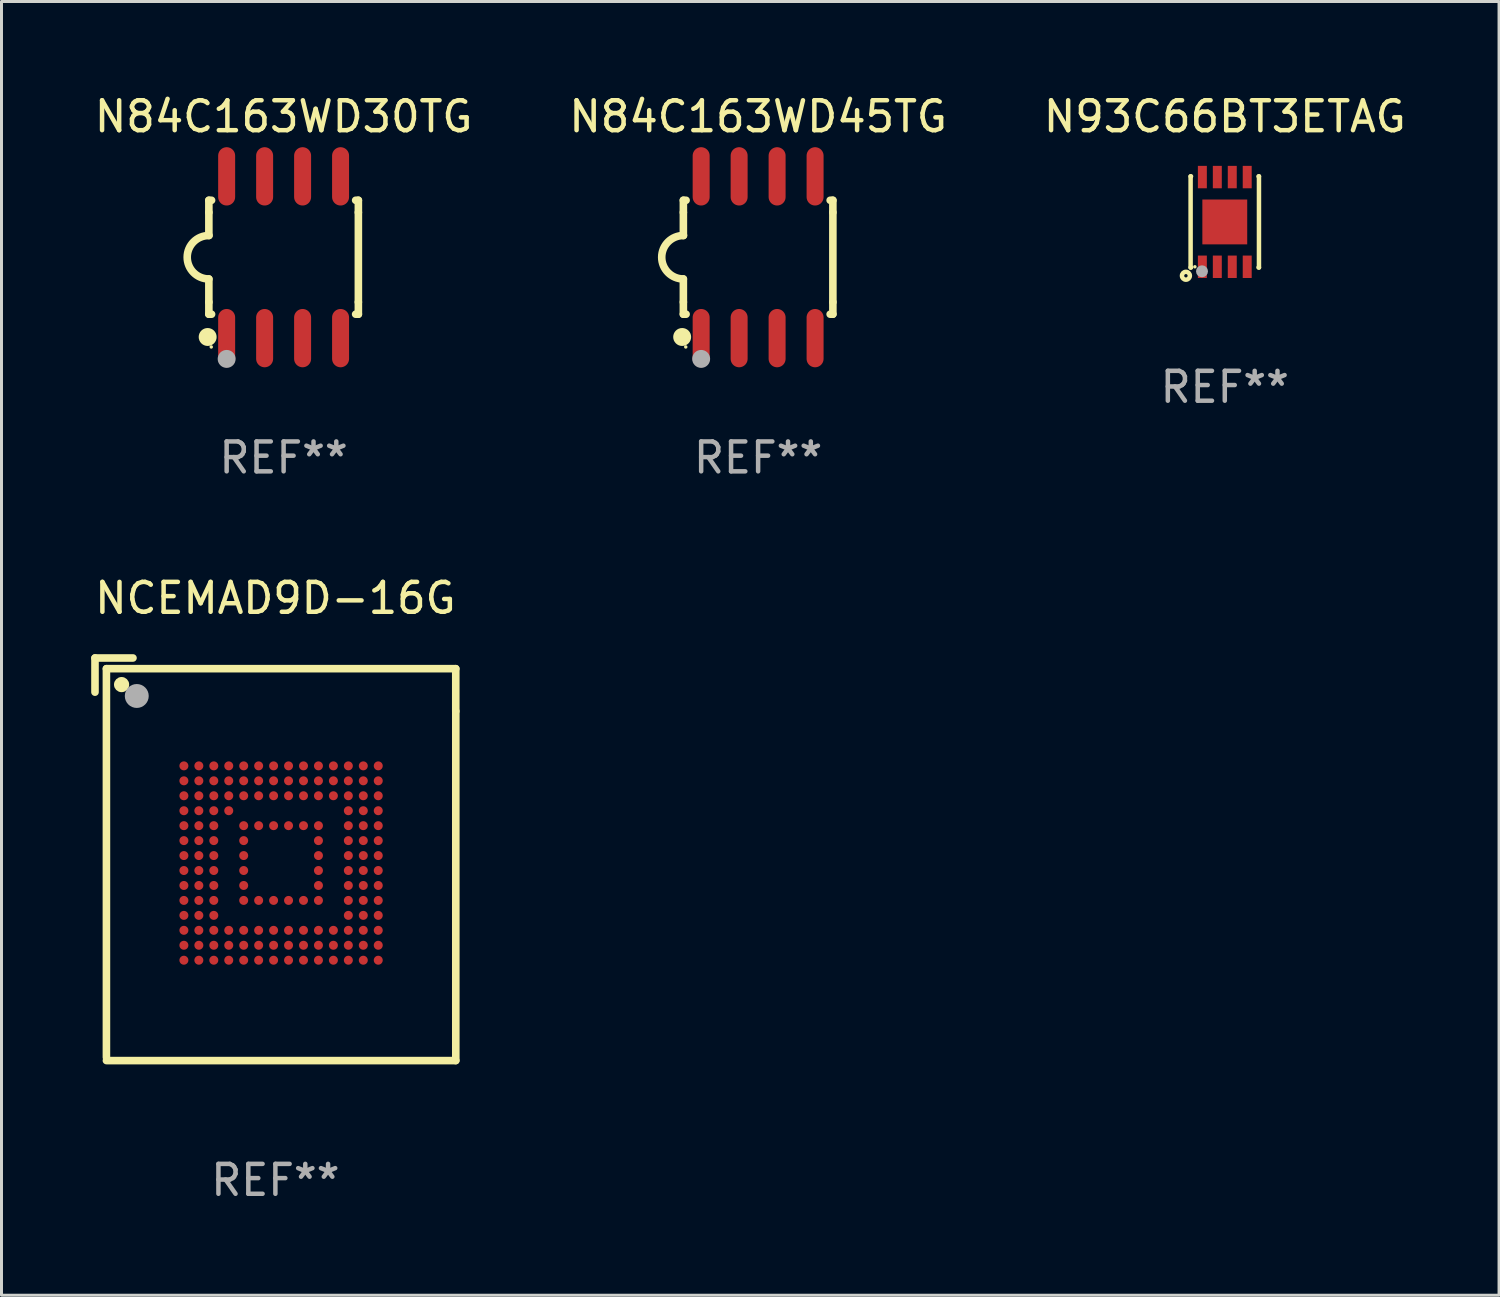
<source format=kicad_pcb>
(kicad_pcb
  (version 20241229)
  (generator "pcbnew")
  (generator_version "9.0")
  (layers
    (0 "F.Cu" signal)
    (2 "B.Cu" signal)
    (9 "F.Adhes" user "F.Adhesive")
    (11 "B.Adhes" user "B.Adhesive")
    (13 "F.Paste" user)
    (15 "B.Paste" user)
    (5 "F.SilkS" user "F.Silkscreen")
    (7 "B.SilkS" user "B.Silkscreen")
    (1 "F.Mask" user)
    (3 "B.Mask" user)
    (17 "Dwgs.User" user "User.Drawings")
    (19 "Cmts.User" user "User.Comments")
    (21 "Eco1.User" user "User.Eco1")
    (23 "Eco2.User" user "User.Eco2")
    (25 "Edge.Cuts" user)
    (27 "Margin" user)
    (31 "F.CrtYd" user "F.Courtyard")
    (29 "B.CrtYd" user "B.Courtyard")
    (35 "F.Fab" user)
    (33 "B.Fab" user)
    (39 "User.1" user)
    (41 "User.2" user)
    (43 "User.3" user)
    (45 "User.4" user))
  (footprint "N84C163WD45TG"
    (layer "F.Cu")
    (at 22.304 5.553)
    (property "Reference" "N84C163WD45TG" (at 0 -4.705 0) (layer "F.SilkS") (effects (font (size 1 1) (thickness 0.15))))
    (attr through_hole)
    (fp_line (start -2.5 -1.905) (end -2.409 -1.905) (stroke (width 0.254) (type solid)) (layer "F.SilkS"))
    (fp_line (start -2.5 -1.5) (end -2.5 -1.905) (stroke (width 0.254) (type solid)) (layer "F.SilkS"))
    (fp_line (start -2.5 -1.5) (end -2.5 -0.726) (stroke (width 0.254) (type solid)) (layer "F.SilkS"))
    (fp_line (start -2.5 1.5) (end -2.5 0.727) (stroke (width 0.254) (type solid)) (layer "F.SilkS"))
    (fp_line (start -2.5 1.5) (end -2.5 1.905) (stroke (width 0.254) (type solid)) (layer "F.SilkS"))
    (fp_line (start -2.5 1.905) (end -2.409 1.905) (stroke (width 0.254) (type solid)) (layer "F.SilkS"))
    (fp_line (start 2.5 -1.905) (end 2.409 -1.905) (stroke (width 0.254) (type solid)) (layer "F.SilkS"))
    (fp_line (start 2.5 -1.5) (end 2.5 -1.905) (stroke (width 0.254) (type solid)) (layer "F.SilkS"))
    (fp_line (start 2.5 -1.5) (end 2.5 1.5) (stroke (width 0.254) (type solid)) (layer "F.SilkS"))
    (fp_line (start 2.5 1.5) (end 2.5 1.905) (stroke (width 0.254) (type solid)) (layer "F.SilkS"))
    (fp_line (start 2.5 1.905) (end 2.409 1.905) (stroke (width 0.254) (type solid)) (layer "F.SilkS"))
    (fp_arc (start -2.5 0.726568) (mid -3.220316 -0.0023) (end -2.495097 -0.726289) (stroke (width 0.254001) (type solid)) (layer "F.SilkS"))
    (fp_circle (center -2.54 2.667) (end -2.39 2.667) (stroke (width 0.3) (type solid)) (fill no) (layer "F.SilkS"))
    (fp_circle (center -2.42 3) (end -2.39 3) (stroke (width 0.06) (type solid)) (fill no) (layer "F.SilkS"))
    (fp_circle (center -1.905 3.4) (end -1.755 3.4) (stroke (width 0.3) (type solid)) (fill no) (layer "F.Fab"))
    (fp_text user "REF**" (at 0 6.705 0) (layer "F.Fab") (effects (font (size 1 1) (thickness 0.15))))
    (pad "1" smd oval (at -1.905 2.705) (size 0.568 1.95) (layers "F.Cu" "F.Mask" "F.Paste"))
    (pad "2" smd oval (at -0.635 2.705) (size 0.568 1.95) (layers "F.Cu" "F.Mask" "F.Paste"))
    (pad "3" smd oval (at 0.635 2.705) (size 0.568 1.95) (layers "F.Cu" "F.Mask" "F.Paste"))
    (pad "4" smd oval (at 1.905 2.705) (size 0.568 1.95) (layers "F.Cu" "F.Mask" "F.Paste"))
    (pad "5" smd oval (at 1.905 -2.705) (size 0.568 1.95) (layers "F.Cu" "F.Mask" "F.Paste"))
    (pad "6" smd oval (at 0.635 -2.705) (size 0.568 1.95) (layers "F.Cu" "F.Mask" "F.Paste"))
    (pad "7" smd oval (at -0.635 -2.705) (size 0.568 1.95) (layers "F.Cu" "F.Mask" "F.Paste"))
    (pad "8" smd oval (at -1.905 -2.705) (size 0.568 1.95) (layers "F.Cu" "F.Mask" "F.Paste")))
  (footprint "N93C66BT3ETAG"
    (layer "F.Cu")
    (at 37.911 4.372)
    (property "Reference" "N93C66BT3ETAG" (at 0 -3.524 0) (layer "F.SilkS") (effects (font (size 1 1) (thickness 0.15))))
    (attr through_hole)
    (fp_line (start -1.143 -1.524) (end -1.143 1.524) (stroke (width 0.15) (type solid)) (layer "F.SilkS"))
    (fp_line (start -1.143 1.524) (end -1.129 1.524) (stroke (width 0.15) (type solid)) (layer "F.SilkS"))
    (fp_line (start -1.129 -1.524) (end -1.143 -1.524) (stroke (width 0.15) (type solid)) (layer "F.SilkS"))
    (fp_line (start 1.129 1.524) (end 1.143 1.524) (stroke (width 0.15) (type solid)) (layer "F.SilkS"))
    (fp_line (start 1.143 -1.524) (end 1.129 -1.524) (stroke (width 0.15) (type solid)) (layer "F.SilkS"))
    (fp_line (start 1.143 1.524) (end 1.143 -1.524) (stroke (width 0.15) (type solid)) (layer "F.SilkS"))
    (fp_circle (center -1.3 1.8) (end -1.243 1.8) (stroke (width 0.15) (type solid)) (fill no) (layer "F.SilkS"))
    (fp_circle (center -1 1.5) (end -0.97 1.5) (stroke (width 0.06) (type solid)) (fill no) (layer "F.SilkS"))
    (fp_circle (center -0.762 1.651) (end -0.662 1.651) (stroke (width 0.2) (type solid)) (fill no) (layer "F.Fab"))
    (fp_text user "REF**" (at 0 5.524 0) (layer "F.Fab") (effects (font (size 1 1) (thickness 0.15))))
    (pad "1" smd rect (at -0.75 1.5 90) (size 0.75 0.3) (layers "F.Cu" "F.Mask" "F.Paste"))
    (pad "2" smd rect (at -0.25 1.5 90) (size 0.75 0.3) (layers "F.Cu" "F.Mask" "F.Paste"))
    (pad "3" smd rect (at 0.25 1.5 90) (size 0.75 0.3) (layers "F.Cu" "F.Mask" "F.Paste"))
    (pad "4" smd rect (at 0.75 1.5 90) (size 0.75 0.3) (layers "F.Cu" "F.Mask" "F.Paste"))
    (pad "5" smd rect (at 0.75 -1.5 90) (size 0.75 0.3) (layers "F.Cu" "F.Mask" "F.Paste"))
    (pad "6" smd rect (at 0.25 -1.5 90) (size 0.75 0.3) (layers "F.Cu" "F.Mask" "F.Paste"))
    (pad "7" smd rect (at -0.25 -1.5 90) (size 0.75 0.3) (layers "F.Cu" "F.Mask" "F.Paste"))
    (pad "8" smd rect (at -0.75 -1.5 90) (size 0.75 0.3) (layers "F.Cu" "F.Mask" "F.Paste"))
    (pad "9" smd rect (at -0.000203 0.000457 90) (size 1.5 1.5) (layers "F.Cu" "F.Mask" "F.Paste")))
  (footprint "N84C163WD30TG"
    (layer "F.Cu")
    (at 6.435 5.553)
    (property "Reference" "N84C163WD30TG" (at 0 -4.705 0) (layer "F.SilkS") (effects (font (size 1 1) (thickness 0.15))))
    (attr through_hole)
    (fp_line (start -2.5 -1.905) (end -2.409 -1.905) (stroke (width 0.254) (type solid)) (layer "F.SilkS"))
    (fp_line (start -2.5 -1.5) (end -2.5 -1.905) (stroke (width 0.254) (type solid)) (layer "F.SilkS"))
    (fp_line (start -2.5 -1.5) (end -2.5 -0.726) (stroke (width 0.254) (type solid)) (layer "F.SilkS"))
    (fp_line (start -2.5 1.5) (end -2.5 0.727) (stroke (width 0.254) (type solid)) (layer "F.SilkS"))
    (fp_line (start -2.5 1.5) (end -2.5 1.905) (stroke (width 0.254) (type solid)) (layer "F.SilkS"))
    (fp_line (start -2.5 1.905) (end -2.409 1.905) (stroke (width 0.254) (type solid)) (layer "F.SilkS"))
    (fp_line (start 2.5 -1.905) (end 2.409 -1.905) (stroke (width 0.254) (type solid)) (layer "F.SilkS"))
    (fp_line (start 2.5 -1.5) (end 2.5 -1.905) (stroke (width 0.254) (type solid)) (layer "F.SilkS"))
    (fp_line (start 2.5 -1.5) (end 2.5 1.5) (stroke (width 0.254) (type solid)) (layer "F.SilkS"))
    (fp_line (start 2.5 1.5) (end 2.5 1.905) (stroke (width 0.254) (type solid)) (layer "F.SilkS"))
    (fp_line (start 2.5 1.905) (end 2.409 1.905) (stroke (width 0.254) (type solid)) (layer "F.SilkS"))
    (fp_arc (start -2.5 0.726568) (mid -3.220316 -0.0023) (end -2.495097 -0.726289) (stroke (width 0.254001) (type solid)) (layer "F.SilkS"))
    (fp_circle (center -2.54 2.667) (end -2.39 2.667) (stroke (width 0.3) (type solid)) (fill no) (layer "F.SilkS"))
    (fp_circle (center -2.42 3) (end -2.39 3) (stroke (width 0.06) (type solid)) (fill no) (layer "F.SilkS"))
    (fp_circle (center -1.905 3.4) (end -1.755 3.4) (stroke (width 0.3) (type solid)) (fill no) (layer "F.Fab"))
    (fp_text user "REF**" (at 0 6.705 0) (layer "F.Fab") (effects (font (size 1 1) (thickness 0.15))))
    (pad "1" smd oval (at -1.905 2.705) (size 0.568 1.95) (layers "F.Cu" "F.Mask" "F.Paste"))
    (pad "2" smd oval (at -0.635 2.705) (size 0.568 1.95) (layers "F.Cu" "F.Mask" "F.Paste"))
    (pad "3" smd oval (at 0.635 2.705) (size 0.568 1.95) (layers "F.Cu" "F.Mask" "F.Paste"))
    (pad "4" smd oval (at 1.905 2.705) (size 0.568 1.95) (layers "F.Cu" "F.Mask" "F.Paste"))
    (pad "5" smd oval (at 1.905 -2.705) (size 0.568 1.95) (layers "F.Cu" "F.Mask" "F.Paste"))
    (pad "6" smd oval (at 0.635 -2.705) (size 0.568 1.95) (layers "F.Cu" "F.Mask" "F.Paste"))
    (pad "7" smd oval (at -0.635 -2.705) (size 0.568 1.95) (layers "F.Cu" "F.Mask" "F.Paste"))
    (pad "8" smd oval (at -1.905 -2.705) (size 0.568 1.95) (layers "F.Cu" "F.Mask" "F.Paste")))
  (footprint "NCEMAD9D-16G"
    (layer "F.Cu")
    (at 6.16 25.687)
    (property "Reference" "NCEMAD9D-16G" (at 0 -8.732 0) (layer "F.SilkS") (effects (font (size 1 1) (thickness 0.15))))
    (attr through_hole)
    (fp_line (start -6.033 -6.732) (end -6.033 -5.589) (stroke (width 0.254) (type solid)) (layer "F.SilkS"))
    (fp_line (start -5.651 -6.374) (end 6.032 -6.374) (stroke (width 0.254) (type solid)) (layer "F.SilkS"))
    (fp_line (start -5.651 6.626) (end -5.651 -6.374) (stroke (width 0.254) (type solid)) (layer "F.SilkS"))
    (fp_line (start -5.651 6.732) (end 6.033 6.732) (stroke (width 0.254) (type solid)) (layer "F.SilkS"))
    (fp_line (start -4.763 -6.732) (end -6.033 -6.732) (stroke (width 0.254) (type solid)) (layer "F.SilkS"))
    (fp_line (start 6.032 -6.374) (end 6.032 -4.952) (stroke (width 0.254) (type solid)) (layer "F.SilkS"))
    (fp_line (start 6.033 6.732) (end 6.033 -4.952) (stroke (width 0.254) (type solid)) (layer "F.SilkS"))
    (fp_circle (center -5.56 -6.374) (end -5.53 -6.374) (stroke (width 0.06) (type solid)) (fill no) (layer "F.SilkS"))
    (fp_circle (center -5.144 -5.842) (end -5.017 -5.842) (stroke (width 0.254) (type solid)) (fill no) (layer "F.SilkS"))
    (fp_circle (center -4.636 -5.461) (end -4.436 -5.461) (stroke (width 0.4) (type solid)) (fill no) (layer "F.Fab"))
    (fp_text user "REF**" (at 0 10.732 0) (layer "F.Fab") (effects (font (size 1 1) (thickness 0.15))))
    (pad "A1" smd circle (at -3.06 -3.124) (size 0.3 0.3) (layers "F.Cu" "F.Mask" "F.Paste"))
    (pad "A2" smd circle (at -2.56 -3.124) (size 0.3 0.3) (layers "F.Cu" "F.Mask" "F.Paste"))
    (pad "A3" smd circle (at -2.06 -3.124) (size 0.3 0.3) (layers "F.Cu" "F.Mask" "F.Paste"))
    (pad "A4" smd circle (at -1.56 -3.124) (size 0.3 0.3) (layers "F.Cu" "F.Mask" "F.Paste"))
    (pad "A5" smd circle (at -1.06 -3.124) (size 0.3 0.3) (layers "F.Cu" "F.Mask" "F.Paste"))
    (pad "A6" smd circle (at -0.56 -3.124) (size 0.3 0.3) (layers "F.Cu" "F.Mask" "F.Paste"))
    (pad "A7" smd circle (at -0.06 -3.124) (size 0.3 0.3) (layers "F.Cu" "F.Mask" "F.Paste"))
    (pad "A8" smd circle (at 0.44 -3.124) (size 0.3 0.3) (layers "F.Cu" "F.Mask" "F.Paste"))
    (pad "A9" smd circle (at 0.94 -3.124) (size 0.3 0.3) (layers "F.Cu" "F.Mask" "F.Paste"))
    (pad "A10" smd circle (at 1.44 -3.124) (size 0.3 0.3) (layers "F.Cu" "F.Mask" "F.Paste"))
    (pad "A11" smd circle (at 1.94 -3.124) (size 0.3 0.3) (layers "F.Cu" "F.Mask" "F.Paste"))
    (pad "A12" smd circle (at 2.44 -3.124) (size 0.3 0.3) (layers "F.Cu" "F.Mask" "F.Paste"))
    (pad "A13" smd circle (at 2.94 -3.124) (size 0.3 0.3) (layers "F.Cu" "F.Mask" "F.Paste"))
    (pad "A14" smd circle (at 3.44 -3.124) (size 0.3 0.3) (layers "F.Cu" "F.Mask" "F.Paste"))
    (pad "B1" smd circle (at -3.06 -2.624) (size 0.3 0.3) (layers "F.Cu" "F.Mask" "F.Paste"))
    (pad "B2" smd circle (at -2.56 -2.624) (size 0.3 0.3) (layers "F.Cu" "F.Mask" "F.Paste"))
    (pad "B3" smd circle (at -2.06 -2.624) (size 0.3 0.3) (layers "F.Cu" "F.Mask" "F.Paste"))
    (pad "B4" smd circle (at -1.56 -2.624) (size 0.3 0.3) (layers "F.Cu" "F.Mask" "F.Paste"))
    (pad "B5" smd circle (at -1.06 -2.624) (size 0.3 0.3) (layers "F.Cu" "F.Mask" "F.Paste"))
    (pad "B6" smd circle (at -0.56 -2.624) (size 0.3 0.3) (layers "F.Cu" "F.Mask" "F.Paste"))
    (pad "B7" smd circle (at -0.06 -2.624) (size 0.3 0.3) (layers "F.Cu" "F.Mask" "F.Paste"))
    (pad "B8" smd circle (at 0.44 -2.624) (size 0.3 0.3) (layers "F.Cu" "F.Mask" "F.Paste"))
    (pad "B9" smd circle (at 0.94 -2.624) (size 0.3 0.3) (layers "F.Cu" "F.Mask" "F.Paste"))
    (pad "B10" smd circle (at 1.44 -2.624) (size 0.3 0.3) (layers "F.Cu" "F.Mask" "F.Paste"))
    (pad "B11" smd circle (at 1.94 -2.624) (size 0.3 0.3) (layers "F.Cu" "F.Mask" "F.Paste"))
    (pad "B12" smd circle (at 2.44 -2.624) (size 0.3 0.3) (layers "F.Cu" "F.Mask" "F.Paste"))
    (pad "B13" smd circle (at 2.94 -2.624) (size 0.3 0.3) (layers "F.Cu" "F.Mask" "F.Paste"))
    (pad "B14" smd circle (at 3.44 -2.624) (size 0.3 0.3) (layers "F.Cu" "F.Mask" "F.Paste"))
    (pad "C1" smd circle (at -3.06 -2.124) (size 0.3 0.3) (layers "F.Cu" "F.Mask" "F.Paste"))
    (pad "C2" smd circle (at -2.56 -2.124) (size 0.3 0.3) (layers "F.Cu" "F.Mask" "F.Paste"))
    (pad "C3" smd circle (at -2.06 -2.124) (size 0.3 0.3) (layers "F.Cu" "F.Mask" "F.Paste"))
    (pad "C4" smd circle (at -1.56 -2.124) (size 0.3 0.3) (layers "F.Cu" "F.Mask" "F.Paste"))
    (pad "C5" smd circle (at -1.06 -2.124) (size 0.3 0.3) (layers "F.Cu" "F.Mask" "F.Paste"))
    (pad "C6" smd circle (at -0.56 -2.124) (size 0.3 0.3) (layers "F.Cu" "F.Mask" "F.Paste"))
    (pad "C7" smd circle (at -0.06 -2.124) (size 0.3 0.3) (layers "F.Cu" "F.Mask" "F.Paste"))
    (pad "C8" smd circle (at 0.44 -2.124) (size 0.3 0.3) (layers "F.Cu" "F.Mask" "F.Paste"))
    (pad "C9" smd circle (at 0.94 -2.124) (size 0.3 0.3) (layers "F.Cu" "F.Mask" "F.Paste"))
    (pad "C10" smd circle (at 1.44 -2.124) (size 0.3 0.3) (layers "F.Cu" "F.Mask" "F.Paste"))
    (pad "C11" smd circle (at 1.94 -2.124) (size 0.3 0.3) (layers "F.Cu" "F.Mask" "F.Paste"))
    (pad "C12" smd circle (at 2.44 -2.124) (size 0.3 0.3) (layers "F.Cu" "F.Mask" "F.Paste"))
    (pad "C13" smd circle (at 2.94 -2.124) (size 0.3 0.3) (layers "F.Cu" "F.Mask" "F.Paste"))
    (pad "C14" smd circle (at 3.44 -2.124) (size 0.3 0.3) (layers "F.Cu" "F.Mask" "F.Paste"))
    (pad "D1" smd circle (at -3.06 -1.624) (size 0.3 0.3) (layers "F.Cu" "F.Mask" "F.Paste"))
    (pad "D2" smd circle (at -2.56 -1.624) (size 0.3 0.3) (layers "F.Cu" "F.Mask" "F.Paste"))
    (pad "D3" smd circle (at -2.06 -1.624) (size 0.3 0.3) (layers "F.Cu" "F.Mask" "F.Paste"))
    (pad "D4" smd circle (at -1.56 -1.624) (size 0.3 0.3) (layers "F.Cu" "F.Mask" "F.Paste"))
    (pad "D12" smd circle (at 2.44 -1.624) (size 0.3 0.3) (layers "F.Cu" "F.Mask" "F.Paste"))
    (pad "D13" smd circle (at 2.94 -1.624) (size 0.3 0.3) (layers "F.Cu" "F.Mask" "F.Paste"))
    (pad "D14" smd circle (at 3.44 -1.624) (size 0.3 0.3) (layers "F.Cu" "F.Mask" "F.Paste"))
    (pad "E1" smd circle (at -3.06 -1.124) (size 0.3 0.3) (layers "F.Cu" "F.Mask" "F.Paste"))
    (pad "E2" smd circle (at -2.56 -1.124) (size 0.3 0.3) (layers "F.Cu" "F.Mask" "F.Paste"))
    (pad "E3" smd circle (at -2.06 -1.124) (size 0.3 0.3) (layers "F.Cu" "F.Mask" "F.Paste"))
    (pad "E5" smd circle (at -1.06 -1.124) (size 0.3 0.3) (layers "F.Cu" "F.Mask" "F.Paste"))
    (pad "E6" smd circle (at -0.56 -1.124) (size 0.3 0.3) (layers "F.Cu" "F.Mask" "F.Paste"))
    (pad "E7" smd circle (at -0.06 -1.124) (size 0.3 0.3) (layers "F.Cu" "F.Mask" "F.Paste"))
    (pad "E8" smd circle (at 0.44 -1.124) (size 0.3 0.3) (layers "F.Cu" "F.Mask" "F.Paste"))
    (pad "E9" smd circle (at 0.94 -1.124) (size 0.3 0.3) (layers "F.Cu" "F.Mask" "F.Paste"))
    (pad "E10" smd circle (at 1.44 -1.124) (size 0.3 0.3) (layers "F.Cu" "F.Mask" "F.Paste"))
    (pad "E12" smd circle (at 2.44 -1.124) (size 0.3 0.3) (layers "F.Cu" "F.Mask" "F.Paste"))
    (pad "E13" smd circle (at 2.94 -1.124) (size 0.3 0.3) (layers "F.Cu" "F.Mask" "F.Paste"))
    (pad "E14" smd circle (at 3.44 -1.124) (size 0.3 0.3) (layers "F.Cu" "F.Mask" "F.Paste"))
    (pad "F1" smd circle (at -3.06 -0.624) (size 0.3 0.3) (layers "F.Cu" "F.Mask" "F.Paste"))
    (pad "F2" smd circle (at -2.56 -0.624) (size 0.3 0.3) (layers "F.Cu" "F.Mask" "F.Paste"))
    (pad "F3" smd circle (at -2.06 -0.624) (size 0.3 0.3) (layers "F.Cu" "F.Mask" "F.Paste"))
    (pad "F5" smd circle (at -1.06 -0.624) (size 0.3 0.3) (layers "F.Cu" "F.Mask" "F.Paste"))
    (pad "F10" smd circle (at 1.44 -0.624) (size 0.3 0.3) (layers "F.Cu" "F.Mask" "F.Paste"))
    (pad "F12" smd circle (at 2.44 -0.624) (size 0.3 0.3) (layers "F.Cu" "F.Mask" "F.Paste"))
    (pad "F13" smd circle (at 2.94 -0.624) (size 0.3 0.3) (layers "F.Cu" "F.Mask" "F.Paste"))
    (pad "F14" smd circle (at 3.44 -0.624) (size 0.3 0.3) (layers "F.Cu" "F.Mask" "F.Paste"))
    (pad "G1" smd circle (at -3.06 -0.124) (size 0.3 0.3) (layers "F.Cu" "F.Mask" "F.Paste"))
    (pad "G2" smd circle (at -2.56 -0.124) (size 0.3 0.3) (layers "F.Cu" "F.Mask" "F.Paste"))
    (pad "G3" smd circle (at -2.06 -0.124) (size 0.3 0.3) (layers "F.Cu" "F.Mask" "F.Paste"))
    (pad "G5" smd circle (at -1.06 -0.124) (size 0.3 0.3) (layers "F.Cu" "F.Mask" "F.Paste"))
    (pad "G10" smd circle (at 1.44 -0.124) (size 0.3 0.3) (layers "F.Cu" "F.Mask" "F.Paste"))
    (pad "G12" smd circle (at 2.44 -0.124) (size 0.3 0.3) (layers "F.Cu" "F.Mask" "F.Paste"))
    (pad "G13" smd circle (at 2.94 -0.124) (size 0.3 0.3) (layers "F.Cu" "F.Mask" "F.Paste"))
    (pad "G14" smd circle (at 3.44 -0.124) (size 0.3 0.3) (layers "F.Cu" "F.Mask" "F.Paste"))
    (pad "H1" smd circle (at -3.06 0.376) (size 0.3 0.3) (layers "F.Cu" "F.Mask" "F.Paste"))
    (pad "H2" smd circle (at -2.56 0.376) (size 0.3 0.3) (layers "F.Cu" "F.Mask" "F.Paste"))
    (pad "H3" smd circle (at -2.06 0.376) (size 0.3 0.3) (layers "F.Cu" "F.Mask" "F.Paste"))
    (pad "H5" smd circle (at -1.06 0.376) (size 0.3 0.3) (layers "F.Cu" "F.Mask" "F.Paste"))
    (pad "H10" smd circle (at 1.44 0.376) (size 0.3 0.3) (layers "F.Cu" "F.Mask" "F.Paste"))
    (pad "H12" smd circle (at 2.44 0.376) (size 0.3 0.3) (layers "F.Cu" "F.Mask" "F.Paste"))
    (pad "H13" smd circle (at 2.94 0.376) (size 0.3 0.3) (layers "F.Cu" "F.Mask" "F.Paste"))
    (pad "H14" smd circle (at 3.44 0.376) (size 0.3 0.3) (layers "F.Cu" "F.Mask" "F.Paste"))
    (pad "J1" smd circle (at -3.06 0.876) (size 0.3 0.3) (layers "F.Cu" "F.Mask" "F.Paste"))
    (pad "J2" smd circle (at -2.56 0.876) (size 0.3 0.3) (layers "F.Cu" "F.Mask" "F.Paste"))
    (pad "J3" smd circle (at -2.06 0.876) (size 0.3 0.3) (layers "F.Cu" "F.Mask" "F.Paste"))
    (pad "J5" smd circle (at -1.06 0.876) (size 0.3 0.3) (layers "F.Cu" "F.Mask" "F.Paste"))
    (pad "J10" smd circle (at 1.44 0.876) (size 0.3 0.3) (layers "F.Cu" "F.Mask" "F.Paste"))
    (pad "J12" smd circle (at 2.44 0.876) (size 0.3 0.3) (layers "F.Cu" "F.Mask" "F.Paste"))
    (pad "J13" smd circle (at 2.94 0.876) (size 0.3 0.3) (layers "F.Cu" "F.Mask" "F.Paste"))
    (pad "J14" smd circle (at 3.44 0.876) (size 0.3 0.3) (layers "F.Cu" "F.Mask" "F.Paste"))
    (pad "K1" smd circle (at -3.06 1.376) (size 0.3 0.3) (layers "F.Cu" "F.Mask" "F.Paste"))
    (pad "K2" smd circle (at -2.56 1.376) (size 0.3 0.3) (layers "F.Cu" "F.Mask" "F.Paste"))
    (pad "K3" smd circle (at -2.06 1.376) (size 0.3 0.3) (layers "F.Cu" "F.Mask" "F.Paste"))
    (pad "K5" smd circle (at -1.06 1.376) (size 0.3 0.3) (layers "F.Cu" "F.Mask" "F.Paste"))
    (pad "K6" smd circle (at -0.56 1.376) (size 0.3 0.3) (layers "F.Cu" "F.Mask" "F.Paste"))
    (pad "K7" smd circle (at -0.06 1.376) (size 0.3 0.3) (layers "F.Cu" "F.Mask" "F.Paste"))
    (pad "K8" smd circle (at 0.44 1.376) (size 0.3 0.3) (layers "F.Cu" "F.Mask" "F.Paste"))
    (pad "K9" smd circle (at 0.94 1.376) (size 0.3 0.3) (layers "F.Cu" "F.Mask" "F.Paste"))
    (pad "K10" smd circle (at 1.44 1.376) (size 0.3 0.3) (layers "F.Cu" "F.Mask" "F.Paste"))
    (pad "K12" smd circle (at 2.44 1.376) (size 0.3 0.3) (layers "F.Cu" "F.Mask" "F.Paste"))
    (pad "K13" smd circle (at 2.94 1.376) (size 0.3 0.3) (layers "F.Cu" "F.Mask" "F.Paste"))
    (pad "K14" smd circle (at 3.44 1.376) (size 0.3 0.3) (layers "F.Cu" "F.Mask" "F.Paste"))
    (pad "L1" smd circle (at -3.06 1.876) (size 0.3 0.3) (layers "F.Cu" "F.Mask" "F.Paste"))
    (pad "L2" smd circle (at -2.56 1.876) (size 0.3 0.3) (layers "F.Cu" "F.Mask" "F.Paste"))
    (pad "L3" smd circle (at -2.06 1.876) (size 0.3 0.3) (layers "F.Cu" "F.Mask" "F.Paste"))
    (pad "L12" smd circle (at 2.44 1.876) (size 0.3 0.3) (layers "F.Cu" "F.Mask" "F.Paste"))
    (pad "L13" smd circle (at 2.94 1.876) (size 0.3 0.3) (layers "F.Cu" "F.Mask" "F.Paste"))
    (pad "L14" smd circle (at 3.44 1.876) (size 0.3 0.3) (layers "F.Cu" "F.Mask" "F.Paste"))
    (pad "M1" smd circle (at -3.06 2.376) (size 0.3 0.3) (layers "F.Cu" "F.Mask" "F.Paste"))
    (pad "M2" smd circle (at -2.56 2.376) (size 0.3 0.3) (layers "F.Cu" "F.Mask" "F.Paste"))
    (pad "M3" smd circle (at -2.06 2.376) (size 0.3 0.3) (layers "F.Cu" "F.Mask" "F.Paste"))
    (pad "M4" smd circle (at -1.56 2.376) (size 0.3 0.3) (layers "F.Cu" "F.Mask" "F.Paste"))
    (pad "M5" smd circle (at -1.06 2.376) (size 0.3 0.3) (layers "F.Cu" "F.Mask" "F.Paste"))
    (pad "M6" smd circle (at -0.56 2.376) (size 0.3 0.3) (layers "F.Cu" "F.Mask" "F.Paste"))
    (pad "M7" smd circle (at -0.06 2.376) (size 0.3 0.3) (layers "F.Cu" "F.Mask" "F.Paste"))
    (pad "M8" smd circle (at 0.44 2.376) (size 0.3 0.3) (layers "F.Cu" "F.Mask" "F.Paste"))
    (pad "M9" smd circle (at 0.94 2.376) (size 0.3 0.3) (layers "F.Cu" "F.Mask" "F.Paste"))
    (pad "M10" smd circle (at 1.44 2.376) (size 0.3 0.3) (layers "F.Cu" "F.Mask" "F.Paste"))
    (pad "M11" smd circle (at 1.94 2.376) (size 0.3 0.3) (layers "F.Cu" "F.Mask" "F.Paste"))
    (pad "M12" smd circle (at 2.44 2.376) (size 0.3 0.3) (layers "F.Cu" "F.Mask" "F.Paste"))
    (pad "M13" smd circle (at 2.94 2.376) (size 0.3 0.3) (layers "F.Cu" "F.Mask" "F.Paste"))
    (pad "M14" smd circle (at 3.44 2.376) (size 0.3 0.3) (layers "F.Cu" "F.Mask" "F.Paste"))
    (pad "N1" smd circle (at -3.06 2.876) (size 0.3 0.3) (layers "F.Cu" "F.Mask" "F.Paste"))
    (pad "N2" smd circle (at -2.56 2.876) (size 0.3 0.3) (layers "F.Cu" "F.Mask" "F.Paste"))
    (pad "N3" smd circle (at -2.06 2.876) (size 0.3 0.3) (layers "F.Cu" "F.Mask" "F.Paste"))
    (pad "N4" smd circle (at -1.56 2.876) (size 0.3 0.3) (layers "F.Cu" "F.Mask" "F.Paste"))
    (pad "N5" smd circle (at -1.06 2.876) (size 0.3 0.3) (layers "F.Cu" "F.Mask" "F.Paste"))
    (pad "N6" smd circle (at -0.56 2.876) (size 0.3 0.3) (layers "F.Cu" "F.Mask" "F.Paste"))
    (pad "N7" smd circle (at -0.06 2.876) (size 0.3 0.3) (layers "F.Cu" "F.Mask" "F.Paste"))
    (pad "N8" smd circle (at 0.44 2.876) (size 0.3 0.3) (layers "F.Cu" "F.Mask" "F.Paste"))
    (pad "N9" smd circle (at 0.94 2.876) (size 0.3 0.3) (layers "F.Cu" "F.Mask" "F.Paste"))
    (pad "N10" smd circle (at 1.44 2.876) (size 0.3 0.3) (layers "F.Cu" "F.Mask" "F.Paste"))
    (pad "N11" smd circle (at 1.94 2.876) (size 0.3 0.3) (layers "F.Cu" "F.Mask" "F.Paste"))
    (pad "N12" smd circle (at 2.44 2.876) (size 0.3 0.3) (layers "F.Cu" "F.Mask" "F.Paste"))
    (pad "N13" smd circle (at 2.94 2.876) (size 0.3 0.3) (layers "F.Cu" "F.Mask" "F.Paste"))
    (pad "N14" smd circle (at 3.44 2.876) (size 0.3 0.3) (layers "F.Cu" "F.Mask" "F.Paste"))
    (pad "P1" smd circle (at -3.06 3.376) (size 0.3 0.3) (layers "F.Cu" "F.Mask" "F.Paste"))
    (pad "P2" smd circle (at -2.56 3.376) (size 0.3 0.3) (layers "F.Cu" "F.Mask" "F.Paste"))
    (pad "P3" smd circle (at -2.06 3.376) (size 0.3 0.3) (layers "F.Cu" "F.Mask" "F.Paste"))
    (pad "P4" smd circle (at -1.56 3.376) (size 0.3 0.3) (layers "F.Cu" "F.Mask" "F.Paste"))
    (pad "P5" smd circle (at -1.06 3.376) (size 0.3 0.3) (layers "F.Cu" "F.Mask" "F.Paste"))
    (pad "P6" smd circle (at -0.56 3.376) (size 0.3 0.3) (layers "F.Cu" "F.Mask" "F.Paste"))
    (pad "P7" smd circle (at -0.06 3.376) (size 0.3 0.3) (layers "F.Cu" "F.Mask" "F.Paste"))
    (pad "P8" smd circle (at 0.44 3.376) (size 0.3 0.3) (layers "F.Cu" "F.Mask" "F.Paste"))
    (pad "P9" smd circle (at 0.94 3.376) (size 0.3 0.3) (layers "F.Cu" "F.Mask" "F.Paste"))
    (pad "P10" smd circle (at 1.44 3.376) (size 0.3 0.3) (layers "F.Cu" "F.Mask" "F.Paste"))
    (pad "P11" smd circle (at 1.94 3.376) (size 0.3 0.3) (layers "F.Cu" "F.Mask" "F.Paste"))
    (pad "P12" smd circle (at 2.44 3.376) (size 0.3 0.3) (layers "F.Cu" "F.Mask" "F.Paste"))
    (pad "P13" smd circle (at 2.94 3.376) (size 0.3 0.3) (layers "F.Cu" "F.Mask" "F.Paste"))
    (pad "P14" smd circle (at 3.44 3.376) (size 0.3 0.3) (layers "F.Cu" "F.Mask" "F.Paste")))
  (gr_rect
    (start -3 -3)
    (end 47.083 40.266)
    (stroke (width 0.1) (type default))
    (fill no)
    (layer "Edge.Cuts")))
</source>
